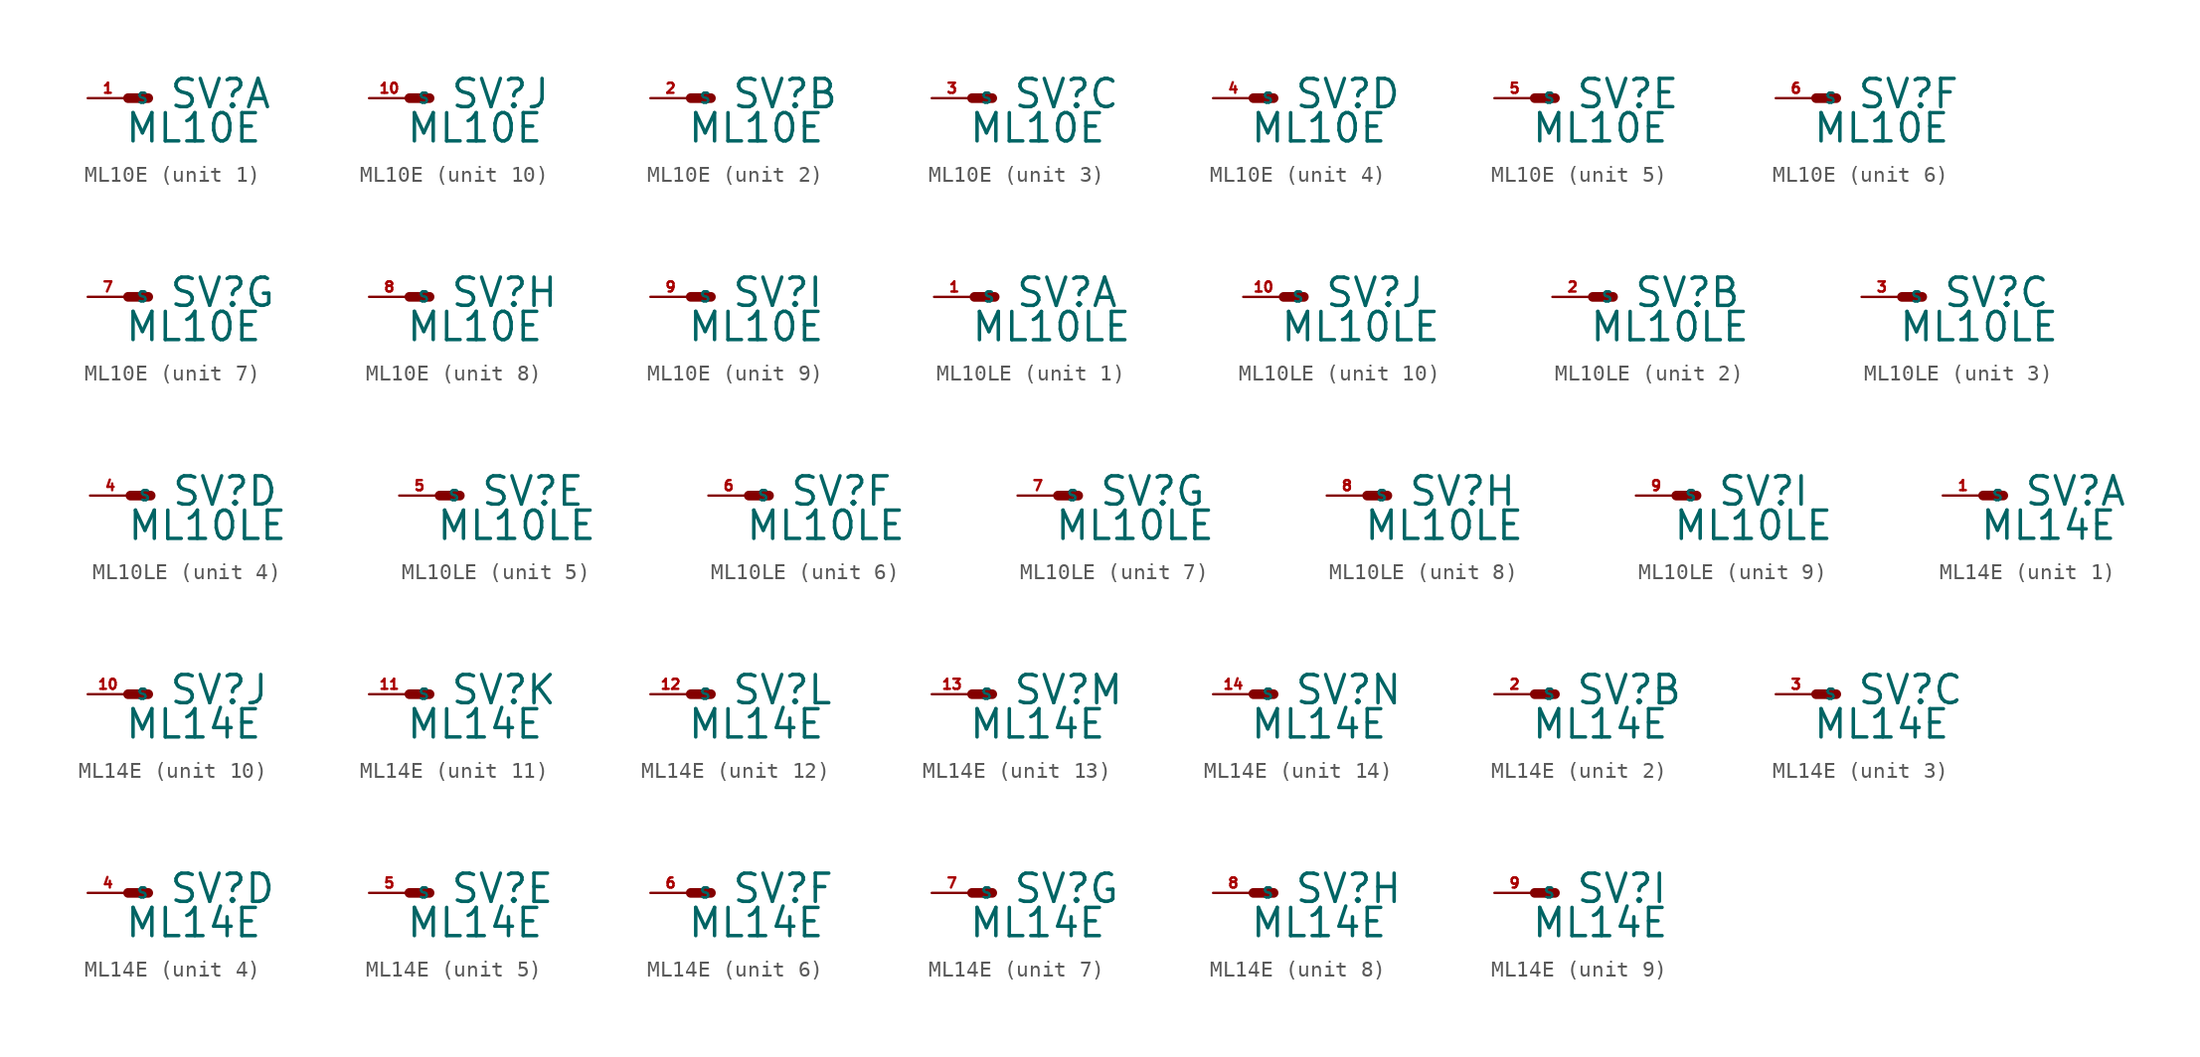
<source format=kicad_sym>
(kicad_symbol_lib
  (version 20220914)
  (generator Eagle2Kicad)
  (symbol "ML10E"
    (property "Reference" "SV"
      (at 2.54 -0.762 0)
      (effects (font (size 1.778 1.778) (thickness 0.22)) (justify left bottom)))
    (property "Value" "ML10E"
      (at -0.254 -2.921 0)
      (effects (font (size 1.778 1.778) (thickness 0.22)) (justify left bottom)))
    (symbol "ML10E_1_0"
      (polyline (pts (xy 1.27 0) (xy 0 0)) (stroke (width 0.61) (type default)) (fill (type none)))
      (pin passive line (at -2.54 0 0) (length 2.54) (name "S" (effects (font (size 0.635 0.635) (thickness 0.08)) (justify left bottom))) (number "1" (effects (font (size 0.635 0.635) (thickness 0.08)) (justify left bottom)))))
    (symbol "ML10E_2_0"
      (polyline (pts (xy 1.27 0) (xy 0 0)) (stroke (width 0.61) (type default)) (fill (type none)))
      (pin passive line (at -2.54 0 0) (length 2.54) (name "S" (effects (font (size 0.635 0.635) (thickness 0.08)) (justify left bottom))) (number "2" (effects (font (size 0.635 0.635) (thickness 0.08)) (justify left bottom)))))
    (symbol "ML10E_3_0"
      (polyline (pts (xy 1.27 0) (xy 0 0)) (stroke (width 0.61) (type default)) (fill (type none)))
      (pin passive line (at -2.54 0 0) (length 2.54) (name "S" (effects (font (size 0.635 0.635) (thickness 0.08)) (justify left bottom))) (number "3" (effects (font (size 0.635 0.635) (thickness 0.08)) (justify left bottom)))))
    (symbol "ML10E_4_0"
      (polyline (pts (xy 1.27 0) (xy 0 0)) (stroke (width 0.61) (type default)) (fill (type none)))
      (pin passive line (at -2.54 0 0) (length 2.54) (name "S" (effects (font (size 0.635 0.635) (thickness 0.08)) (justify left bottom))) (number "4" (effects (font (size 0.635 0.635) (thickness 0.08)) (justify left bottom)))))
    (symbol "ML10E_5_0"
      (polyline (pts (xy 1.27 0) (xy 0 0)) (stroke (width 0.61) (type default)) (fill (type none)))
      (pin passive line (at -2.54 0 0) (length 2.54) (name "S" (effects (font (size 0.635 0.635) (thickness 0.08)) (justify left bottom))) (number "5" (effects (font (size 0.635 0.635) (thickness 0.08)) (justify left bottom)))))
    (symbol "ML10E_6_0"
      (polyline (pts (xy 1.27 0) (xy 0 0)) (stroke (width 0.61) (type default)) (fill (type none)))
      (pin passive line (at -2.54 0 0) (length 2.54) (name "S" (effects (font (size 0.635 0.635) (thickness 0.08)) (justify left bottom))) (number "6" (effects (font (size 0.635 0.635) (thickness 0.08)) (justify left bottom)))))
    (symbol "ML10E_7_0"
      (polyline (pts (xy 1.27 0) (xy 0 0)) (stroke (width 0.61) (type default)) (fill (type none)))
      (pin passive line (at -2.54 0 0) (length 2.54) (name "S" (effects (font (size 0.635 0.635) (thickness 0.08)) (justify left bottom))) (number "7" (effects (font (size 0.635 0.635) (thickness 0.08)) (justify left bottom)))))
    (symbol "ML10E_8_0"
      (polyline (pts (xy 1.27 0) (xy 0 0)) (stroke (width 0.61) (type default)) (fill (type none)))
      (pin passive line (at -2.54 0 0) (length 2.54) (name "S" (effects (font (size 0.635 0.635) (thickness 0.08)) (justify left bottom))) (number "8" (effects (font (size 0.635 0.635) (thickness 0.08)) (justify left bottom)))))
    (symbol "ML10E_9_0"
      (polyline (pts (xy 1.27 0) (xy 0 0)) (stroke (width 0.61) (type default)) (fill (type none)))
      (pin passive line (at -2.54 0 0) (length 2.54) (name "S" (effects (font (size 0.635 0.635) (thickness 0.08)) (justify left bottom))) (number "9" (effects (font (size 0.635 0.635) (thickness 0.08)) (justify left bottom)))))
    (symbol "ML10E_10_0"
      (polyline (pts (xy 1.27 0) (xy 0 0)) (stroke (width 0.61) (type default)) (fill (type none)))
      (pin passive line (at -2.54 0 0) (length 2.54) (name "S" (effects (font (size 0.635 0.635) (thickness 0.08)) (justify left bottom))) (number "10" (effects (font (size 0.635 0.635) (thickness 0.08)) (justify left bottom))))))
  (symbol "ML10LE"
    (property "Reference" "SV"
      (at 2.54 -0.762 0)
      (effects (font (size 1.778 1.778) (thickness 0.22)) (justify left bottom)))
    (property "Value" "ML10LE"
      (at -0.254 -2.921 0)
      (effects (font (size 1.778 1.778) (thickness 0.22)) (justify left bottom)))
    (symbol "ML10LE_1_0"
      (polyline (pts (xy 1.27 0) (xy 0 0)) (stroke (width 0.61) (type default)) (fill (type none)))
      (pin passive line (at -2.54 0 0) (length 2.54) (name "S" (effects (font (size 0.635 0.635) (thickness 0.08)) (justify left bottom))) (number "1" (effects (font (size 0.635 0.635) (thickness 0.08)) (justify left bottom)))))
    (symbol "ML10LE_2_0"
      (polyline (pts (xy 1.27 0) (xy 0 0)) (stroke (width 0.61) (type default)) (fill (type none)))
      (pin passive line (at -2.54 0 0) (length 2.54) (name "S" (effects (font (size 0.635 0.635) (thickness 0.08)) (justify left bottom))) (number "2" (effects (font (size 0.635 0.635) (thickness 0.08)) (justify left bottom)))))
    (symbol "ML10LE_3_0"
      (polyline (pts (xy 1.27 0) (xy 0 0)) (stroke (width 0.61) (type default)) (fill (type none)))
      (pin passive line (at -2.54 0 0) (length 2.54) (name "S" (effects (font (size 0.635 0.635) (thickness 0.08)) (justify left bottom))) (number "3" (effects (font (size 0.635 0.635) (thickness 0.08)) (justify left bottom)))))
    (symbol "ML10LE_4_0"
      (polyline (pts (xy 1.27 0) (xy 0 0)) (stroke (width 0.61) (type default)) (fill (type none)))
      (pin passive line (at -2.54 0 0) (length 2.54) (name "S" (effects (font (size 0.635 0.635) (thickness 0.08)) (justify left bottom))) (number "4" (effects (font (size 0.635 0.635) (thickness 0.08)) (justify left bottom)))))
    (symbol "ML10LE_5_0"
      (polyline (pts (xy 1.27 0) (xy 0 0)) (stroke (width 0.61) (type default)) (fill (type none)))
      (pin passive line (at -2.54 0 0) (length 2.54) (name "S" (effects (font (size 0.635 0.635) (thickness 0.08)) (justify left bottom))) (number "5" (effects (font (size 0.635 0.635) (thickness 0.08)) (justify left bottom)))))
    (symbol "ML10LE_6_0"
      (polyline (pts (xy 1.27 0) (xy 0 0)) (stroke (width 0.61) (type default)) (fill (type none)))
      (pin passive line (at -2.54 0 0) (length 2.54) (name "S" (effects (font (size 0.635 0.635) (thickness 0.08)) (justify left bottom))) (number "6" (effects (font (size 0.635 0.635) (thickness 0.08)) (justify left bottom)))))
    (symbol "ML10LE_7_0"
      (polyline (pts (xy 1.27 0) (xy 0 0)) (stroke (width 0.61) (type default)) (fill (type none)))
      (pin passive line (at -2.54 0 0) (length 2.54) (name "S" (effects (font (size 0.635 0.635) (thickness 0.08)) (justify left bottom))) (number "7" (effects (font (size 0.635 0.635) (thickness 0.08)) (justify left bottom)))))
    (symbol "ML10LE_8_0"
      (polyline (pts (xy 1.27 0) (xy 0 0)) (stroke (width 0.61) (type default)) (fill (type none)))
      (pin passive line (at -2.54 0 0) (length 2.54) (name "S" (effects (font (size 0.635 0.635) (thickness 0.08)) (justify left bottom))) (number "8" (effects (font (size 0.635 0.635) (thickness 0.08)) (justify left bottom)))))
    (symbol "ML10LE_9_0"
      (polyline (pts (xy 1.27 0) (xy 0 0)) (stroke (width 0.61) (type default)) (fill (type none)))
      (pin passive line (at -2.54 0 0) (length 2.54) (name "S" (effects (font (size 0.635 0.635) (thickness 0.08)) (justify left bottom))) (number "9" (effects (font (size 0.635 0.635) (thickness 0.08)) (justify left bottom)))))
    (symbol "ML10LE_10_0"
      (polyline (pts (xy 1.27 0) (xy 0 0)) (stroke (width 0.61) (type default)) (fill (type none)))
      (pin passive line (at -2.54 0 0) (length 2.54) (name "S" (effects (font (size 0.635 0.635) (thickness 0.08)) (justify left bottom))) (number "10" (effects (font (size 0.635 0.635) (thickness 0.08)) (justify left bottom))))))
  (symbol "ML14E"
    (property "Reference" "SV"
      (at 2.54 -0.762 0)
      (effects (font (size 1.778 1.778) (thickness 0.22)) (justify left bottom)))
    (property "Value" "ML14E"
      (at -0.254 -2.921 0)
      (effects (font (size 1.778 1.778) (thickness 0.22)) (justify left bottom)))
    (symbol "ML14E_1_0"
      (polyline (pts (xy 1.27 0) (xy 0 0)) (stroke (width 0.61) (type default)) (fill (type none)))
      (pin passive line (at -2.54 0 0) (length 2.54) (name "S" (effects (font (size 0.635 0.635) (thickness 0.08)) (justify left bottom))) (number "1" (effects (font (size 0.635 0.635) (thickness 0.08)) (justify left bottom)))))
    (symbol "ML14E_2_0"
      (polyline (pts (xy 1.27 0) (xy 0 0)) (stroke (width 0.61) (type default)) (fill (type none)))
      (pin passive line (at -2.54 0 0) (length 2.54) (name "S" (effects (font (size 0.635 0.635) (thickness 0.08)) (justify left bottom))) (number "2" (effects (font (size 0.635 0.635) (thickness 0.08)) (justify left bottom)))))
    (symbol "ML14E_3_0"
      (polyline (pts (xy 1.27 0) (xy 0 0)) (stroke (width 0.61) (type default)) (fill (type none)))
      (pin passive line (at -2.54 0 0) (length 2.54) (name "S" (effects (font (size 0.635 0.635) (thickness 0.08)) (justify left bottom))) (number "3" (effects (font (size 0.635 0.635) (thickness 0.08)) (justify left bottom)))))
    (symbol "ML14E_4_0"
      (polyline (pts (xy 1.27 0) (xy 0 0)) (stroke (width 0.61) (type default)) (fill (type none)))
      (pin passive line (at -2.54 0 0) (length 2.54) (name "S" (effects (font (size 0.635 0.635) (thickness 0.08)) (justify left bottom))) (number "4" (effects (font (size 0.635 0.635) (thickness 0.08)) (justify left bottom)))))
    (symbol "ML14E_5_0"
      (polyline (pts (xy 1.27 0) (xy 0 0)) (stroke (width 0.61) (type default)) (fill (type none)))
      (pin passive line (at -2.54 0 0) (length 2.54) (name "S" (effects (font (size 0.635 0.635) (thickness 0.08)) (justify left bottom))) (number "5" (effects (font (size 0.635 0.635) (thickness 0.08)) (justify left bottom)))))
    (symbol "ML14E_6_0"
      (polyline (pts (xy 1.27 0) (xy 0 0)) (stroke (width 0.61) (type default)) (fill (type none)))
      (pin passive line (at -2.54 0 0) (length 2.54) (name "S" (effects (font (size 0.635 0.635) (thickness 0.08)) (justify left bottom))) (number "6" (effects (font (size 0.635 0.635) (thickness 0.08)) (justify left bottom)))))
    (symbol "ML14E_7_0"
      (polyline (pts (xy 1.27 0) (xy 0 0)) (stroke (width 0.61) (type default)) (fill (type none)))
      (pin passive line (at -2.54 0 0) (length 2.54) (name "S" (effects (font (size 0.635 0.635) (thickness 0.08)) (justify left bottom))) (number "7" (effects (font (size 0.635 0.635) (thickness 0.08)) (justify left bottom)))))
    (symbol "ML14E_8_0"
      (polyline (pts (xy 1.27 0) (xy 0 0)) (stroke (width 0.61) (type default)) (fill (type none)))
      (pin passive line (at -2.54 0 0) (length 2.54) (name "S" (effects (font (size 0.635 0.635) (thickness 0.08)) (justify left bottom))) (number "8" (effects (font (size 0.635 0.635) (thickness 0.08)) (justify left bottom)))))
    (symbol "ML14E_9_0"
      (polyline (pts (xy 1.27 0) (xy 0 0)) (stroke (width 0.61) (type default)) (fill (type none)))
      (pin passive line (at -2.54 0 0) (length 2.54) (name "S" (effects (font (size 0.635 0.635) (thickness 0.08)) (justify left bottom))) (number "9" (effects (font (size 0.635 0.635) (thickness 0.08)) (justify left bottom)))))
    (symbol "ML14E_10_0"
      (polyline (pts (xy 1.27 0) (xy 0 0)) (stroke (width 0.61) (type default)) (fill (type none)))
      (pin passive line (at -2.54 0 0) (length 2.54) (name "S" (effects (font (size 0.635 0.635) (thickness 0.08)) (justify left bottom))) (number "10" (effects (font (size 0.635 0.635) (thickness 0.08)) (justify left bottom)))))
    (symbol "ML14E_11_0"
      (polyline (pts (xy 1.27 0) (xy 0 0)) (stroke (width 0.61) (type default)) (fill (type none)))
      (pin passive line (at -2.54 0 0) (length 2.54) (name "S" (effects (font (size 0.635 0.635) (thickness 0.08)) (justify left bottom))) (number "11" (effects (font (size 0.635 0.635) (thickness 0.08)) (justify left bottom)))))
    (symbol "ML14E_12_0"
      (polyline (pts (xy 1.27 0) (xy 0 0)) (stroke (width 0.61) (type default)) (fill (type none)))
      (pin passive line (at -2.54 0 0) (length 2.54) (name "S" (effects (font (size 0.635 0.635) (thickness 0.08)) (justify left bottom))) (number "12" (effects (font (size 0.635 0.635) (thickness 0.08)) (justify left bottom)))))
    (symbol "ML14E_13_0"
      (polyline (pts (xy 1.27 0) (xy 0 0)) (stroke (width 0.61) (type default)) (fill (type none)))
      (pin passive line (at -2.54 0 0) (length 2.54) (name "S" (effects (font (size 0.635 0.635) (thickness 0.08)) (justify left bottom))) (number "13" (effects (font (size 0.635 0.635) (thickness 0.08)) (justify left bottom)))))
    (symbol "ML14E_14_0"
      (polyline (pts (xy 1.27 0) (xy 0 0)) (stroke (width 0.61) (type default)) (fill (type none)))
      (pin passive line (at -2.54 0 0) (length 2.54) (name "S" (effects (font (size 0.635 0.635) (thickness 0.08)) (justify left bottom))) (number "14" (effects (font (size 0.635 0.635) (thickness 0.08)) (justify left bottom)))))))
</source>
